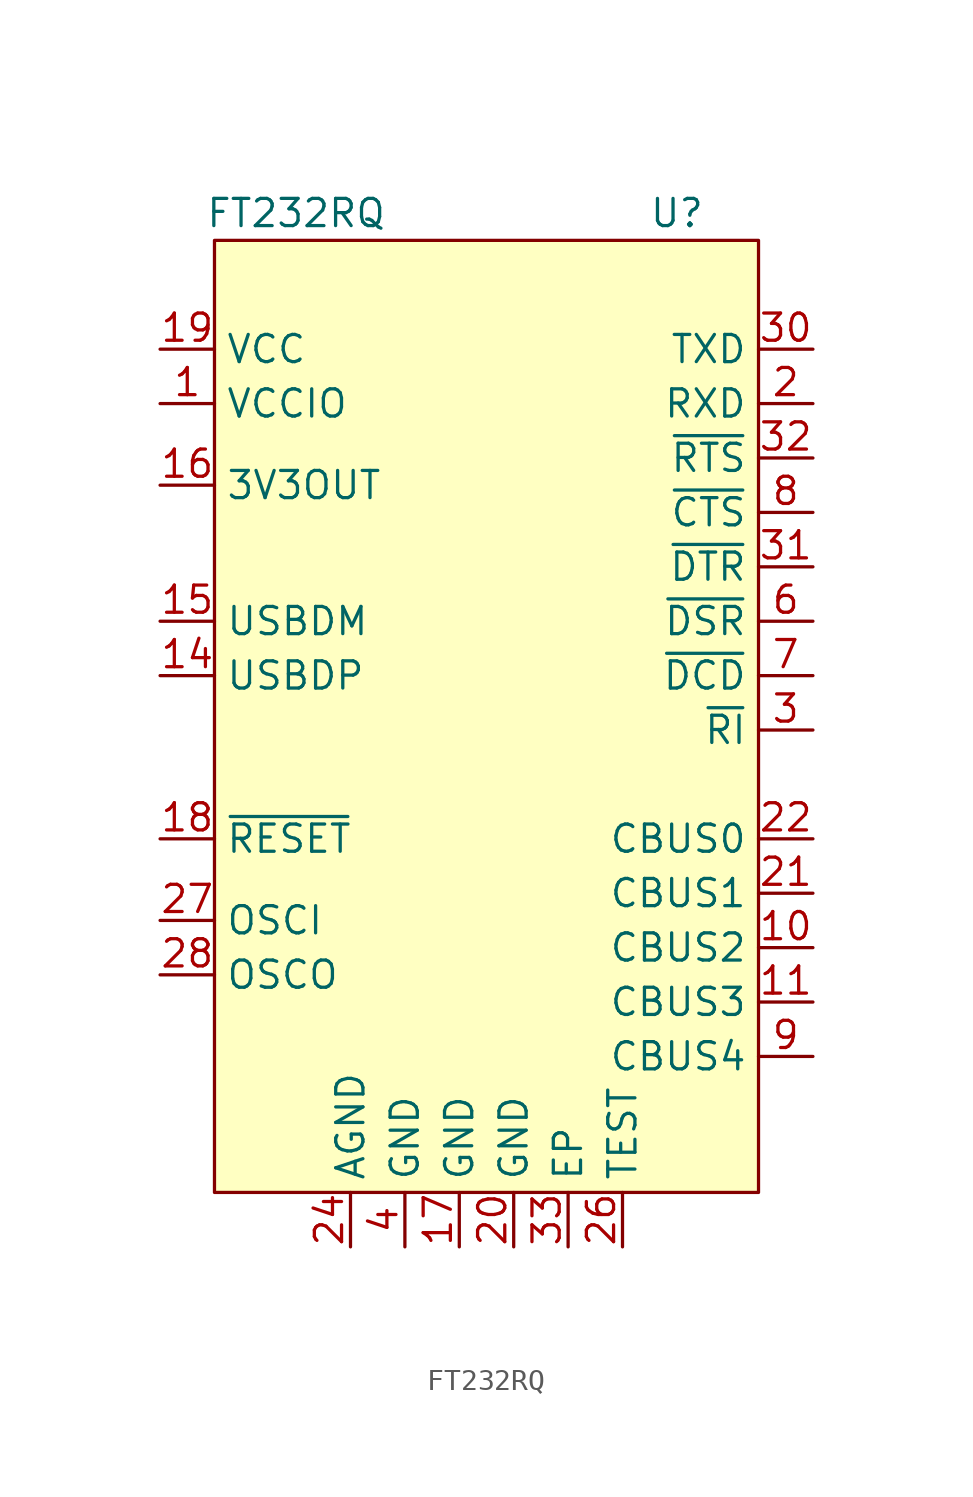
<source format=kicad_sym>
(kicad_symbol_lib
  (version 20211014)
  (generator kicad_symbol_editor)
  (symbol "FT232RQ"
    (property "Reference" "U"
      (at 8.89 22.86 0)
      (effects (font (size 1.27 1.27))))
    (property "Value" "FT232RQ"
      (at -8.89 22.86 0)
      (effects (font (size 1.27 1.27))))
    (symbol "FT232RQ_0_1"
      (rectangle (start -12.7 21.59) (end 12.7 -22.86) (stroke (width 0) (type default) (color 0 0 0 0)) (fill (type background))))
    (symbol "FT232RQ_1_1"
      (pin input line (at -15.24 13.97 0) (length 2.54) (name "VCCIO" (effects (font (size 1.27 1.27)))) (number "1" (effects (font (size 1.27 1.27)))))
      (pin bidirectional line (at 15.24 -11.43 180) (length 2.54) (name "CBUS2" (effects (font (size 1.27 1.27)))) (number "10" (effects (font (size 1.27 1.27)))))
      (pin bidirectional line (at 15.24 -13.97 180) (length 2.54) (name "CBUS3" (effects (font (size 1.27 1.27)))) (number "11" (effects (font (size 1.27 1.27)))))
      (pin bidirectional line (at -15.24 1.27 0) (length 2.54) (name "USBDP" (effects (font (size 1.27 1.27)))) (number "14" (effects (font (size 1.27 1.27)))))
      (pin bidirectional line (at -15.24 3.81 0) (length 2.54) (name "USBDM" (effects (font (size 1.27 1.27)))) (number "15" (effects (font (size 1.27 1.27)))))
      (pin power_out line (at -15.24 10.16 0) (length 2.54) (name "3V3OUT" (effects (font (size 1.27 1.27)))) (number "16" (effects (font (size 1.27 1.27)))))
      (pin passive line (at -1.27 -25.4 90) (length 2.54) (name "GND" (effects (font (size 1.27 1.27)))) (number "17" (effects (font (size 1.27 1.27)))))
      (pin input line (at -15.24 -6.35 0) (length 2.54) (name "~{RESET}" (effects (font (size 1.27 1.27)))) (number "18" (effects (font (size 1.27 1.27)))))
      (pin power_in line (at -15.24 16.51 0) (length 2.54) (name "VCC" (effects (font (size 1.27 1.27)))) (number "19" (effects (font (size 1.27 1.27)))))
      (pin input line (at 15.24 13.97 180) (length 2.54) (name "RXD" (effects (font (size 1.27 1.27)))) (number "2" (effects (font (size 1.27 1.27)))))
      (pin passive line (at 1.27 -25.4 90) (length 2.54) (name "GND" (effects (font (size 1.27 1.27)))) (number "20" (effects (font (size 1.27 1.27)))))
      (pin bidirectional line (at 15.24 -8.89 180) (length 2.54) (name "CBUS1" (effects (font (size 1.27 1.27)))) (number "21" (effects (font (size 1.27 1.27)))))
      (pin bidirectional line (at 15.24 -6.35 180) (length 2.54) (name "CBUS0" (effects (font (size 1.27 1.27)))) (number "22" (effects (font (size 1.27 1.27)))))
      (pin passive line (at -6.35 -25.4 90) (length 2.54) (name "AGND" (effects (font (size 1.27 1.27)))) (number "24" (effects (font (size 1.27 1.27)))))
      (pin input line (at 6.35 -25.4 90) (length 2.54) (name "TEST" (effects (font (size 1.27 1.27)))) (number "26" (effects (font (size 1.27 1.27)))))
      (pin input line (at -15.24 -10.16 0) (length 2.54) (name "OSCI" (effects (font (size 1.27 1.27)))) (number "27" (effects (font (size 1.27 1.27)))))
      (pin output line (at -15.24 -12.7 0) (length 2.54) (name "OSCO" (effects (font (size 1.27 1.27)))) (number "28" (effects (font (size 1.27 1.27)))))
      (pin input line (at 15.24 -1.27 180) (length 2.54) (name "~{RI}" (effects (font (size 1.27 1.27)))) (number "3" (effects (font (size 1.27 1.27)))))
      (pin output line (at 15.24 16.51 180) (length 2.54) (name "TXD" (effects (font (size 1.27 1.27)))) (number "30" (effects (font (size 1.27 1.27)))))
      (pin output line (at 15.24 6.35 180) (length 2.54) (name "~{DTR}" (effects (font (size 1.27 1.27)))) (number "31" (effects (font (size 1.27 1.27)))))
      (pin output line (at 15.24 11.43 180) (length 2.54) (name "~{RTS}" (effects (font (size 1.27 1.27)))) (number "32" (effects (font (size 1.27 1.27)))))
      (pin passive line (at 3.81 -25.4 90) (length 2.54) (name "EP" (effects (font (size 1.27 1.27)))) (number "33" (effects (font (size 1.27 1.27)))))
      (pin passive line (at -3.81 -25.4 90) (length 2.54) (name "GND" (effects (font (size 1.27 1.27)))) (number "4" (effects (font (size 1.27 1.27)))))
      (pin input line (at 15.24 3.81 180) (length 2.54) (name "~{DSR}" (effects (font (size 1.27 1.27)))) (number "6" (effects (font (size 1.27 1.27)))))
      (pin input line (at 15.24 1.27 180) (length 2.54) (name "~{DCD}" (effects (font (size 1.27 1.27)))) (number "7" (effects (font (size 1.27 1.27)))))
      (pin input line (at 15.24 8.89 180) (length 2.54) (name "~{CTS}" (effects (font (size 1.27 1.27)))) (number "8" (effects (font (size 1.27 1.27)))))
      (pin bidirectional line (at 15.24 -16.51 180) (length 2.54) (name "CBUS4" (effects (font (size 1.27 1.27)))) (number "9" (effects (font (size 1.27 1.27))))))))
</source>
